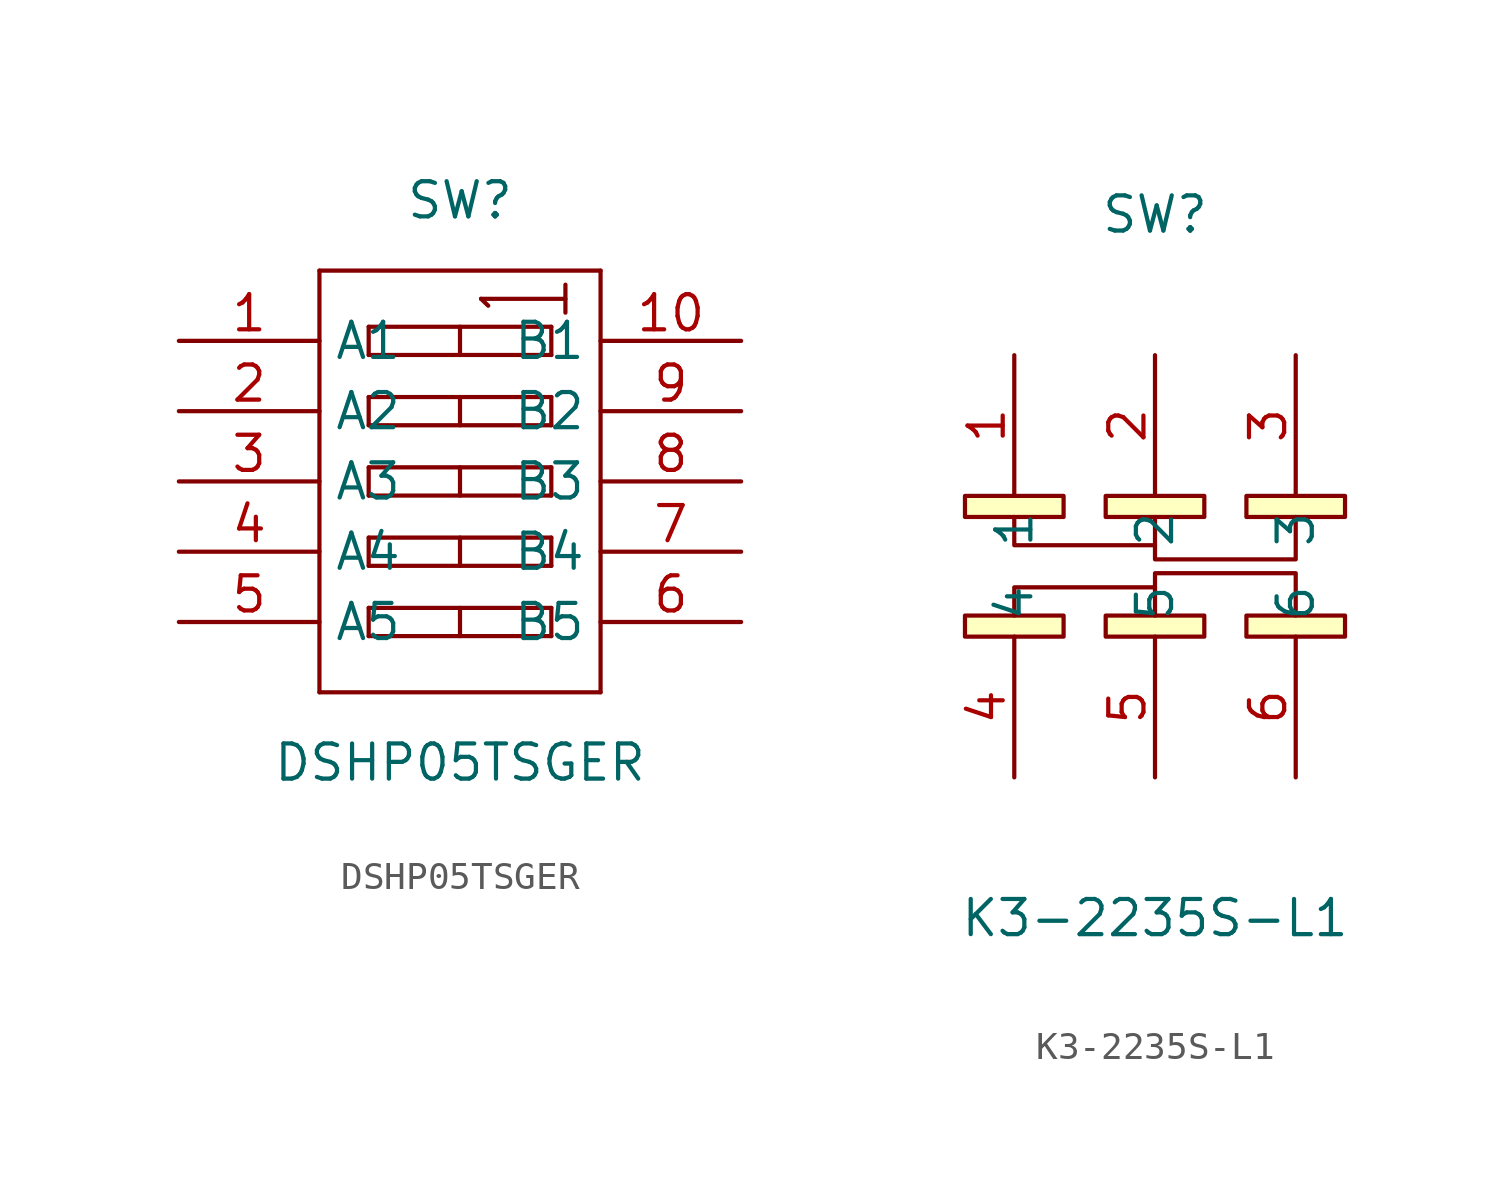
<source format=kicad_sym>
(kicad_symbol_lib
  (version 20220914)
  (generator kicad_symbol_editor)
  (symbol "DSHP05TSGER"
    (property "Reference" "SW"
      (at 0 10.16 0)
      (effects (font (size 1.27 1.27))))
    (property "Value" "DSHP05TSGER"
      (at 0 -10.16 0)
      (effects (font (size 1.27 1.27))))
    (symbol "DSHP05TSGER_0_1"
      (polyline (pts (xy -5.08 -7.62) (xy 5.08 -7.62)) (stroke (width 0) (type default)) (fill (type none)))
      (polyline (pts (xy -5.08 7.62) (xy -5.08 -7.62)) (stroke (width 0) (type default)) (fill (type none)))
      (polyline (pts (xy -3.3 -5.59) (xy -3.3 -4.57)) (stroke (width 0) (type default)) (fill (type none)))
      (polyline (pts (xy -3.3 -4.57) (xy 3.3 -4.57)) (stroke (width 0) (type default)) (fill (type none)))
      (polyline (pts (xy -3.3 -3.05) (xy -3.3 -2.03)) (stroke (width 0) (type default)) (fill (type none)))
      (polyline (pts (xy -3.3 -2.03) (xy 3.3 -2.03)) (stroke (width 0) (type default)) (fill (type none)))
      (polyline (pts (xy -3.3 -0.51) (xy -3.3 0.51)) (stroke (width 0) (type default)) (fill (type none)))
      (polyline (pts (xy -3.3 0.51) (xy 3.3 0.51)) (stroke (width 0) (type default)) (fill (type none)))
      (polyline (pts (xy -3.3 2.03) (xy -3.3 3.05)) (stroke (width 0) (type default)) (fill (type none)))
      (polyline (pts (xy -3.3 3.05) (xy 3.3 3.05)) (stroke (width 0) (type default)) (fill (type none)))
      (polyline (pts (xy -3.3 4.57) (xy -3.3 5.59)) (stroke (width 0) (type default)) (fill (type none)))
      (polyline (pts (xy -3.3 5.59) (xy 3.3 5.59)) (stroke (width 0) (type default)) (fill (type none)))
      (polyline (pts (xy 0 -4.57) (xy 0 -5.59)) (stroke (width 0) (type default)) (fill (type none)))
      (polyline (pts (xy 0 -2.03) (xy 0 -3.05)) (stroke (width 0) (type default)) (fill (type none)))
      (polyline (pts (xy 0 0.51) (xy 0 -0.51)) (stroke (width 0) (type default)) (fill (type none)))
      (polyline (pts (xy 0 3.05) (xy 0 2.03)) (stroke (width 0) (type default)) (fill (type none)))
      (polyline (pts (xy 0 5.59) (xy 0 4.57)) (stroke (width 0) (type default)) (fill (type none)))
      (polyline (pts (xy 0.76 6.6) (xy 3.81 6.6)) (stroke (width 0) (type default)) (fill (type none)))
      (polyline (pts (xy 1.02 6.35) (xy 0.76 6.6)) (stroke (width 0) (type default)) (fill (type none)))
      (polyline (pts (xy 3.3 -5.59) (xy -3.3 -5.59)) (stroke (width 0) (type default)) (fill (type none)))
      (polyline (pts (xy 3.3 -4.57) (xy 3.3 -5.59)) (stroke (width 0) (type default)) (fill (type none)))
      (polyline (pts (xy 3.3 -3.05) (xy -3.3 -3.05)) (stroke (width 0) (type default)) (fill (type none)))
      (polyline (pts (xy 3.3 -2.03) (xy 3.3 -3.05)) (stroke (width 0) (type default)) (fill (type none)))
      (polyline (pts (xy 3.3 -0.51) (xy -3.3 -0.51)) (stroke (width 0) (type default)) (fill (type none)))
      (polyline (pts (xy 3.3 0.51) (xy 3.3 -0.51)) (stroke (width 0) (type default)) (fill (type none)))
      (polyline (pts (xy 3.3 2.03) (xy -3.3 2.03)) (stroke (width 0) (type default)) (fill (type none)))
      (polyline (pts (xy 3.3 3.05) (xy 3.3 2.03)) (stroke (width 0) (type default)) (fill (type none)))
      (polyline (pts (xy 3.3 4.57) (xy -3.3 4.57)) (stroke (width 0) (type default)) (fill (type none)))
      (polyline (pts (xy 3.3 5.59) (xy 3.3 4.57)) (stroke (width 0) (type default)) (fill (type none)))
      (polyline (pts (xy 3.81 7.11) (xy 3.81 6.1)) (stroke (width 0) (type default)) (fill (type none)))
      (polyline (pts (xy 5.08 -7.62) (xy 5.08 7.62)) (stroke (width 0) (type default)) (fill (type none)))
      (polyline (pts (xy 5.08 7.62) (xy -5.08 7.62)) (stroke (width 0) (type default)) (fill (type none)))
      (pin input line (at 10.16 2.54 180) (length 5.08) (name "B2" (effects (font (size 1.27 1.27)))) (number "9" (effects (font (size 1.27 1.27))))))
    (symbol "DSHP05TSGER_1_1"
      (pin passive line (at -10.16 5.08 0) (length 5.08) (name "A1" (effects (font (size 1.27 1.27)))) (number "1" (effects (font (size 1.27 1.27)))))
      (pin passive line (at 10.16 5.08 180) (length 5.08) (name "B1" (effects (font (size 1.27 1.27)))) (number "10" (effects (font (size 1.27 1.27)))))
      (pin passive line (at -10.16 2.54 0) (length 5.08) (name "A2" (effects (font (size 1.27 1.27)))) (number "2" (effects (font (size 1.27 1.27)))))
      (pin passive line (at -10.16 0 0) (length 5.08) (name "A3" (effects (font (size 1.27 1.27)))) (number "3" (effects (font (size 1.27 1.27)))))
      (pin passive line (at -10.16 -2.54 0) (length 5.08) (name "A4" (effects (font (size 1.27 1.27)))) (number "4" (effects (font (size 1.27 1.27)))))
      (pin passive line (at -10.16 -5.08 0) (length 5.08) (name "A5" (effects (font (size 1.27 1.27)))) (number "5" (effects (font (size 1.27 1.27)))))
      (pin passive line (at 10.16 -5.08 180) (length 5.08) (name "B5" (effects (font (size 1.27 1.27)))) (number "6" (effects (font (size 1.27 1.27)))))
      (pin passive line (at 10.16 -2.54 180) (length 5.08) (name "B4" (effects (font (size 1.27 1.27)))) (number "7" (effects (font (size 1.27 1.27)))))
      (pin passive line (at 10.16 0 180) (length 5.08) (name "B3" (effects (font (size 1.27 1.27)))) (number "8" (effects (font (size 1.27 1.27)))))))
  (symbol "K3-2235S-L1"
    (property "Reference" "SW"
      (at 0 12.7 0)
      (effects (font (size 1.27 1.27))))
    (property "Value" "K3-2235S-L1"
      (at 0 -12.7 0)
      (effects (font (size 1.27 1.27))))
    (symbol "K3-2235S-L1_0_1"
      (rectangle (start -6.86 -1.78) (end -3.3 -2.54) (stroke (width 0) (type default)) (fill (type background)))
      (rectangle (start -6.86 2.54) (end -3.3 1.78) (stroke (width 0) (type default)) (fill (type background)))
      (rectangle (start -1.78 -1.78) (end 1.78 -2.54) (stroke (width 0) (type default)) (fill (type background)))
      (rectangle (start -1.78 2.54) (end 1.78 1.78) (stroke (width 0) (type default)) (fill (type background)))
      (polyline (pts (xy -5.08 -1.78) (xy -5.08 -0.76) (xy 0 -0.76) (xy 0 -1.78)) (stroke (width 0) (type default)) (fill (type none)))
      (polyline (pts (xy -5.08 1.78) (xy -5.08 0.76) (xy 0 0.76) (xy 0 1.78)) (stroke (width 0) (type default)) (fill (type none)))
      (polyline (pts (xy 0 -0.76) (xy 0 -0.25) (xy 5.08 -0.25) (xy 5.08 -1.78)) (stroke (width 0) (type default)) (fill (type none)))
      (polyline (pts (xy 0 0.76) (xy 0 0.25) (xy 5.08 0.25) (xy 5.08 1.78)) (stroke (width 0) (type default)) (fill (type none)))
      (rectangle (start 3.3 -1.78) (end 6.86 -2.54) (stroke (width 0) (type default)) (fill (type background)))
      (rectangle (start 3.3 2.54) (end 6.86 1.78) (stroke (width 0) (type default)) (fill (type background)))
      (pin unspecified line (at -5.08 7.62 270) (length 5.08) (name "1" (effects (font (size 1.27 1.27)))) (number "1" (effects (font (size 1.27 1.27)))))
      (pin unspecified line (at 0 7.62 270) (length 5.08) (name "2" (effects (font (size 1.27 1.27)))) (number "2" (effects (font (size 1.27 1.27)))))
      (pin unspecified line (at 5.08 7.62 270) (length 5.08) (name "3" (effects (font (size 1.27 1.27)))) (number "3" (effects (font (size 1.27 1.27)))))
      (pin unspecified line (at -5.08 -7.62 90) (length 5.08) (name "4" (effects (font (size 1.27 1.27)))) (number "4" (effects (font (size 1.27 1.27)))))
      (pin unspecified line (at 0 -7.62 90) (length 5.08) (name "5" (effects (font (size 1.27 1.27)))) (number "5" (effects (font (size 1.27 1.27)))))
      (pin unspecified line (at 5.08 -7.62 90) (length 5.08) (name "6" (effects (font (size 1.27 1.27)))) (number "6" (effects (font (size 1.27 1.27))))))))
</source>
